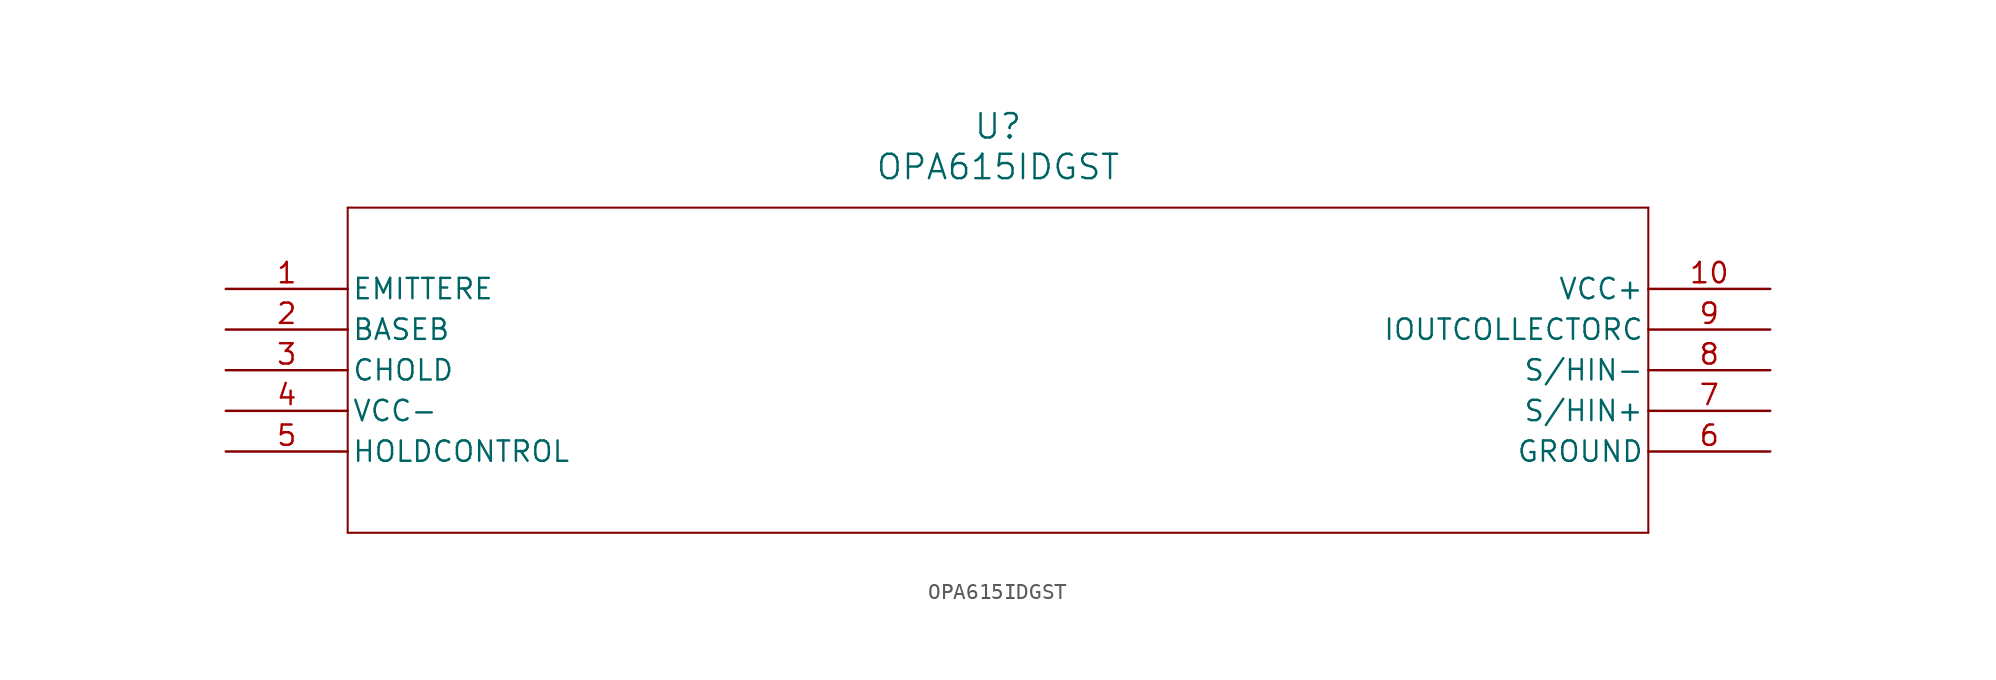
<source format=kicad_sym>
(kicad_symbol_lib
  (version 20211014)
  (generator kicad_symbol_editor)
  (symbol "OPA615IDGST"
    (pin_names
      (offset 0.254))
    (property "Reference" "U"
      (at 48.26 10.16 0)
      (effects (font (size 1.524 1.524))))
    (property "Value" "OPA615IDGST"
      (at 48.26 7.62 0)
      (effects (font (size 1.524 1.524))))
    (symbol "OPA615IDGST_0_1"
      (polyline (pts (xy 7.62 5.08) (xy 7.62 -15.24)) (stroke (width 0.127) (type default) (color 0 0 0 0)) (fill (type none)))
      (polyline (pts (xy 7.62 -15.24) (xy 88.9 -15.24)) (stroke (width 0.127) (type default) (color 0 0 0 0)) (fill (type none)))
      (polyline (pts (xy 88.9 -15.24) (xy 88.9 5.08)) (stroke (width 0.127) (type default) (color 0 0 0 0)) (fill (type none)))
      (polyline (pts (xy 88.9 5.08) (xy 7.62 5.08)) (stroke (width 0.127) (type default) (color 0 0 0 0)) (fill (type none)))
      (pin unspecified line (at 0 0 0) (length 7.62) (name "EMITTERE" (effects (font (size 1.27 1.27)))) (number "1" (effects (font (size 1.27 1.27)))))
      (pin unspecified line (at 0 -2.54 0) (length 7.62) (name "BASEB" (effects (font (size 1.27 1.27)))) (number "2" (effects (font (size 1.27 1.27)))))
      (pin unspecified line (at 0 -5.08 0) (length 7.62) (name "CHOLD" (effects (font (size 1.27 1.27)))) (number "3" (effects (font (size 1.27 1.27)))))
      (pin power_in line (at 0 -7.62 0) (length 7.62) (name "VCC-" (effects (font (size 1.27 1.27)))) (number "4" (effects (font (size 1.27 1.27)))))
      (pin unspecified line (at 0 -10.16 0) (length 7.62) (name "HOLDCONTROL" (effects (font (size 1.27 1.27)))) (number "5" (effects (font (size 1.27 1.27)))))
      (pin power_in line (at 96.52 -10.16 180) (length 7.62) (name "GROUND" (effects (font (size 1.27 1.27)))) (number "6" (effects (font (size 1.27 1.27)))))
      (pin input line (at 96.52 -7.62 180) (length 7.62) (name "S/HIN+" (effects (font (size 1.27 1.27)))) (number "7" (effects (font (size 1.27 1.27)))))
      (pin input line (at 96.52 -5.08 180) (length 7.62) (name "S/HIN-" (effects (font (size 1.27 1.27)))) (number "8" (effects (font (size 1.27 1.27)))))
      (pin output line (at 96.52 -2.54 180) (length 7.62) (name "IOUTCOLLECTORC" (effects (font (size 1.27 1.27)))) (number "9" (effects (font (size 1.27 1.27)))))
      (pin power_in line (at 96.52 0 180) (length 7.62) (name "VCC+" (effects (font (size 1.27 1.27)))) (number "10" (effects (font (size 1.27 1.27))))))))
</source>
